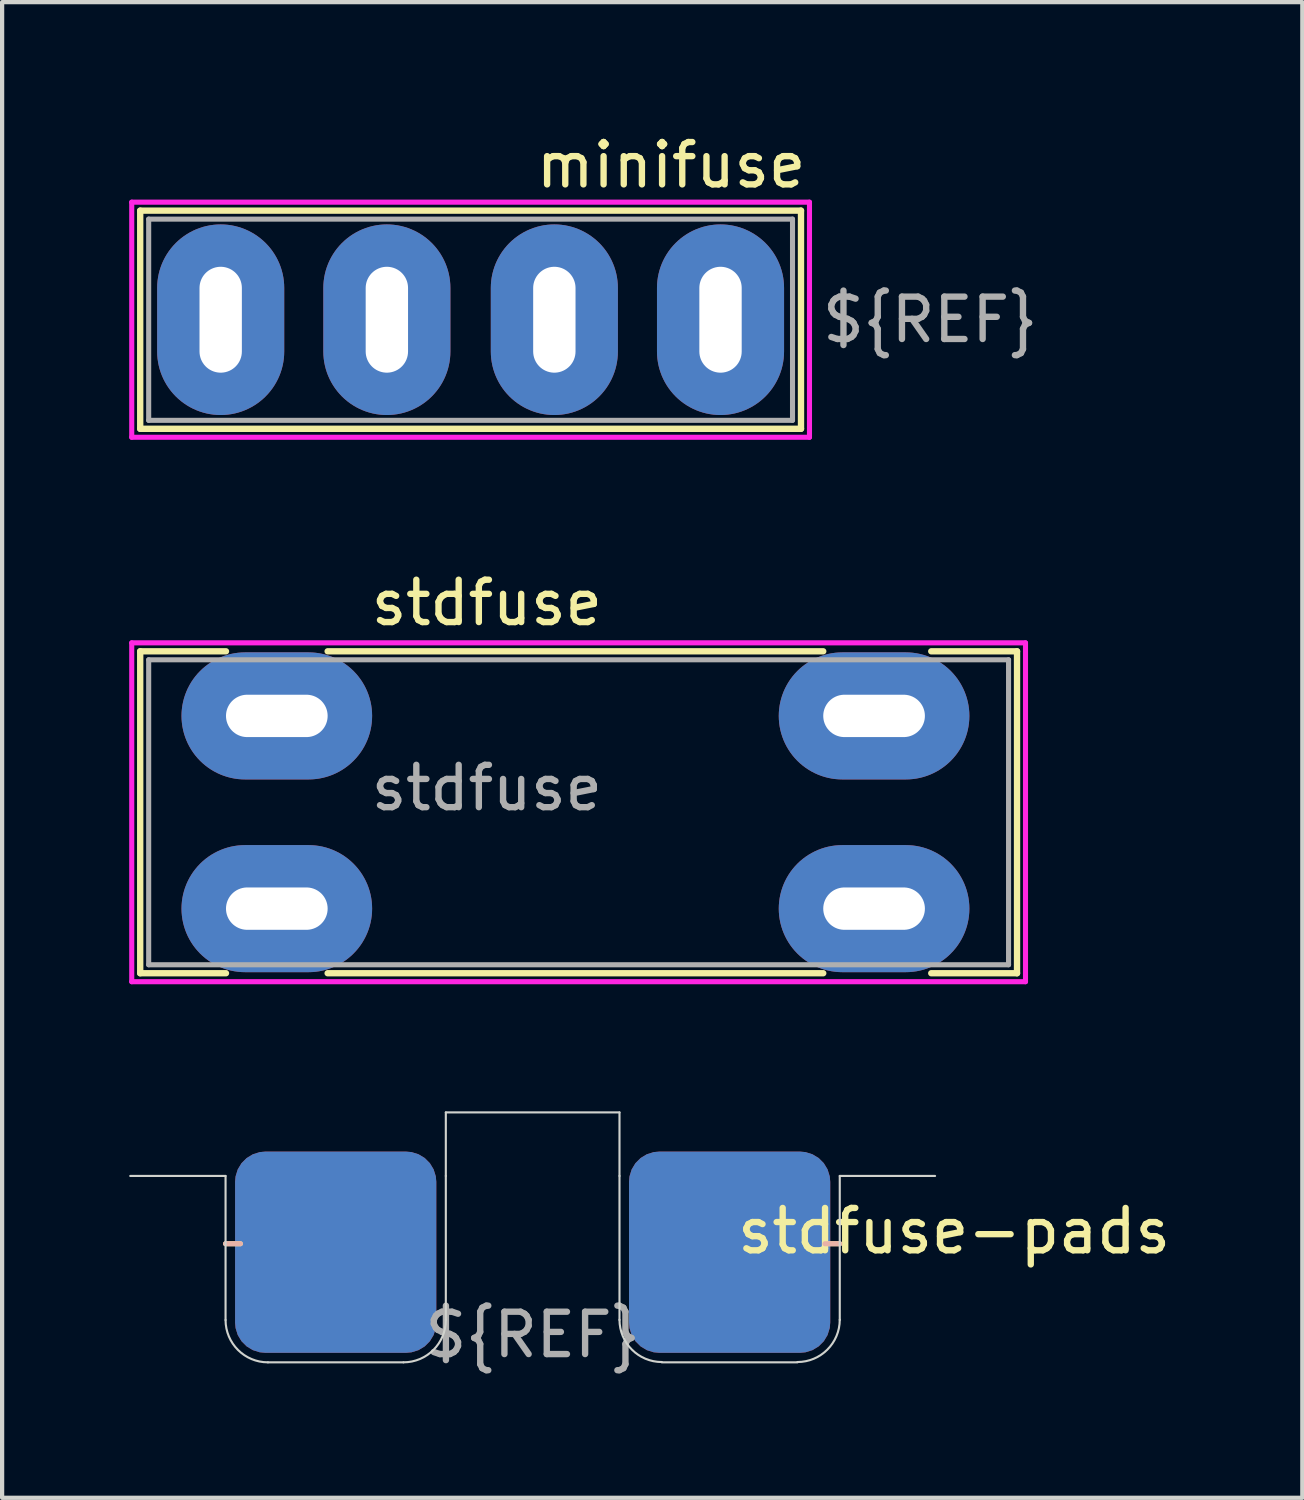
<source format=kicad_pcb>
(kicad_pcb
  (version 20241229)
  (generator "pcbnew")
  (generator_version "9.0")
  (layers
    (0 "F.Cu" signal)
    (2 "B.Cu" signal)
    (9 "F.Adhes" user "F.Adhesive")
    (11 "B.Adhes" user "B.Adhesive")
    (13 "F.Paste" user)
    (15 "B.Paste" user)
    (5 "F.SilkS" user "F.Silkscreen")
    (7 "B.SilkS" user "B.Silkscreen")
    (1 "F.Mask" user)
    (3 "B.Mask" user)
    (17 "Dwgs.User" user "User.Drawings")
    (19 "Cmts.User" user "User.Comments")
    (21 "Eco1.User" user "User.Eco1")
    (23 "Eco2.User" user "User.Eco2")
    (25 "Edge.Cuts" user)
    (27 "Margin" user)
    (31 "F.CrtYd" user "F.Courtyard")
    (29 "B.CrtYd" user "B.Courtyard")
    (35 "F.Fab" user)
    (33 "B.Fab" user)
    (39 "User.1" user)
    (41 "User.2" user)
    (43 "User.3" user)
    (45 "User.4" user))
  (footprint "stdfuse-pads"
    (layer "F.Cu")
    (at 9.525 24.712)
    (property "Reference" "stdfuse-pads" (at 9.95 1.3 0) (unlocked yes) (layer "F.SilkS") (effects (font (size 1 1) (thickness 0.15))))
    (fp_line (start -7.25 1.6) (end -6.9 1.6) (stroke (width 0.12) (type solid)) (layer "F.SilkS"))
    (fp_line (start 6.9 1.6) (end 7.25 1.6) (stroke (width 0.12) (type solid)) (layer "F.SilkS"))
    (fp_line (start -7.25 1.6) (end -6.9 1.6) (stroke (width 0.12) (type solid)) (layer "B.SilkS"))
    (fp_line (start 6.9 1.6) (end 7.25 1.6) (stroke (width 0.12) (type solid)) (layer "B.SilkS"))
    (fp_line (start -7.25 0) (end -9.5 0) (stroke (width 0.05) (type solid)) (layer "Edge.Cuts"))
    (fp_line (start -7.25 3.4) (end -7.25 0) (stroke (width 0.05) (type solid)) (layer "Edge.Cuts"))
    (fp_line (start -6.25 4.4) (end -3.05 4.4) (stroke (width 0.05) (type solid)) (layer "Edge.Cuts"))
    (fp_line (start -2.05 0) (end -2.05 -1.5) (stroke (width 0.05) (type solid)) (layer "Edge.Cuts"))
    (fp_line (start -2.05 3.4) (end -2.05 0) (stroke (width 0.05) (type solid)) (layer "Edge.Cuts"))
    (fp_line (start 2.05 -1.5) (end -2.05 -1.5) (stroke (width 0.05) (type solid)) (layer "Edge.Cuts"))
    (fp_line (start 2.05 0) (end 2.05 -1.5) (stroke (width 0.05) (type solid)) (layer "Edge.Cuts"))
    (fp_line (start 2.05 3.4) (end 2.05 0) (stroke (width 0.05) (type solid)) (layer "Edge.Cuts"))
    (fp_line (start 3.05 4.4) (end 6.25 4.4) (stroke (width 0.05) (type solid)) (layer "Edge.Cuts"))
    (fp_line (start 7.25 3.4) (end 7.25 0) (stroke (width 0.05) (type solid)) (layer "Edge.Cuts"))
    (fp_line (start 9.5 0) (end 7.25 0) (stroke (width 0.05) (type solid)) (layer "Edge.Cuts"))
    (fp_arc (start -6.25 4.4) (mid -6.957107 4.107107) (end -7.25 3.4) (stroke (width 0.05) (type solid)) (layer "Edge.Cuts"))
    (fp_arc (start -2.05 3.4) (mid -2.342893 4.107107) (end -3.05 4.4) (stroke (width 0.05) (type solid)) (layer "Edge.Cuts"))
    (fp_arc (start 3.05 4.392893) (mid 2.342896 4.099999) (end 2.05 3.392893) (stroke (width 0.05) (type solid)) (layer "Edge.Cuts"))
    (fp_arc (start 7.25 3.392893) (mid 6.957109 4.100004) (end 6.25 4.392893) (stroke (width 0.05) (type solid)) (layer "Edge.Cuts"))
    (fp_text user "${REF}" (at 0 3.75 0) (unlocked yes) (layer "F.Fab") (effects (font (size 1 1) (thickness 0.15))))
    (pad "1" connect roundrect (at -4.65 1.8) (size 4.75 4.75) (layers "F.Cu" "F.Mask") (roundrect_rratio 0.15))
    (pad "1" connect roundrect (at -4.65 1.8) (size 4.75 4.75) (layers "B.Cu" "B.Mask") (roundrect_rratio 0.15))
    (pad "2" connect roundrect (at 4.65 1.8) (size 4.75 4.75) (layers "F.Cu" "F.Mask") (roundrect_rratio 0.15))
    (pad "2" connect roundrect (at 4.65 1.8) (size 4.75 4.75) (layers "B.Cu" "B.Mask") (roundrect_rratio 0.15)))
  (footprint "minifuse"
    (layer "F.Cu")
    (at 8.06 4.498)
    (property "Reference" "minifuse" (at 8 -3.65 0) (unlocked yes) (layer "F.SilkS") (effects (font (size 1 1) (thickness 0.15)) (justify right)))
    (attr through_hole)
    (fp_line (start -7.8 -2.575) (end 7.8 -2.575) (stroke (width 0.15) (type solid)) (layer "F.SilkS"))
    (fp_line (start -7.8 2.575) (end -7.8 -2.575) (stroke (width 0.15) (type solid)) (layer "F.SilkS"))
    (fp_line (start 7.8 -2.575) (end 7.8 2.575) (stroke (width 0.15) (type solid)) (layer "F.SilkS"))
    (fp_line (start 7.8 2.575) (end -7.8 2.575) (stroke (width 0.15) (type solid)) (layer "F.SilkS"))
    (fp_line (start -8 -2.775) (end 8 -2.775) (stroke (width 0.12) (type solid)) (layer "F.CrtYd"))
    (fp_line (start -8 2.775) (end -8 -2.775) (stroke (width 0.12) (type solid)) (layer "F.CrtYd"))
    (fp_line (start 8 -2.775) (end 8 2.775) (stroke (width 0.12) (type solid)) (layer "F.CrtYd"))
    (fp_line (start 8 2.775) (end -8 2.775) (stroke (width 0.12) (type solid)) (layer "F.CrtYd"))
    (fp_line (start -7.6 -2.375) (end 7.6 -2.375) (stroke (width 0.12) (type solid)) (layer "F.Fab"))
    (fp_line (start -7.6 2.375) (end -7.6 -2.375) (stroke (width 0.12) (type solid)) (layer "F.Fab"))
    (fp_line (start 7.6 -2.375) (end 7.6 2.375) (stroke (width 0.12) (type solid)) (layer "F.Fab"))
    (fp_line (start 7.6 2.375) (end -7.6 2.375) (stroke (width 0.12) (type solid)) (layer "F.Fab"))
    (fp_text user "${REF}" (at 10.85 0 0) (unlocked yes) (layer "F.Fab") (effects (font (size 1 1) (thickness 0.15))))
    (pad "1" thru_hole oval (at -5.9 0) (size 3 4.5) (drill oval 1 2.5) (layers "*.Cu" "*.Mask"))
    (pad "1" thru_hole oval (at -1.977 0) (size 3 4.5) (drill oval 1 2.5) (layers "*.Cu" "*.Mask"))
    (pad "2" thru_hole oval (at 1.977 0) (size 3 4.5) (drill oval 1 2.5) (layers "*.Cu" "*.Mask"))
    (pad "2" thru_hole oval (at 5.9 0) (size 3 4.5) (drill oval 1 2.5) (layers "*.Cu" "*.Mask")))
  (footprint "stdfuse"
    (layer "F.Cu")
    (at 3.485 13.851)
    (property "Reference" "stdfuse" (at 4.96 -2.67 0) (layer "F.SilkS") (effects (font (size 1 1) (thickness 0.15))))
    (attr through_hole)
    (fp_line (start -3.225 -1.525) (end -1.2 -1.525) (stroke (width 0.15) (type solid)) (layer "F.SilkS"))
    (fp_line (start -3.225 6.075) (end -3.225 -1.525) (stroke (width 0.15) (type solid)) (layer "F.SilkS"))
    (fp_line (start -3.225 6.075) (end -1.2 6.075) (stroke (width 0.15) (type solid)) (layer "F.SilkS"))
    (fp_line (start 1.2 -1.525) (end 12.9 -1.525) (stroke (width 0.15) (type solid)) (layer "F.SilkS"))
    (fp_line (start 1.2 6.075) (end 12.9 6.075) (stroke (width 0.15) (type solid)) (layer "F.SilkS"))
    (fp_line (start 15.45 -1.525) (end 17.475 -1.525) (stroke (width 0.15) (type solid)) (layer "F.SilkS"))
    (fp_line (start 15.45 6.075) (end 17.475 6.075) (stroke (width 0.15) (type solid)) (layer "F.SilkS"))
    (fp_line (start 17.475 -1.525) (end 17.475 6.075) (stroke (width 0.15) (type solid)) (layer "F.SilkS"))
    (fp_line (start -3.425 -1.725) (end 17.675 -1.725) (stroke (width 0.12) (type solid)) (layer "F.CrtYd"))
    (fp_line (start -3.425 6.275) (end -3.425 -1.725) (stroke (width 0.12) (type solid)) (layer "F.CrtYd"))
    (fp_line (start 17.675 -1.725) (end 17.675 6.275) (stroke (width 0.12) (type solid)) (layer "F.CrtYd"))
    (fp_line (start 17.675 6.275) (end -3.425 6.275) (stroke (width 0.12) (type solid)) (layer "F.CrtYd"))
    (fp_line (start -3.025 -1.325) (end 17.275 -1.325) (stroke (width 0.12) (type solid)) (layer "F.Fab"))
    (fp_line (start -3.025 5.875) (end -3.025 -1.325) (stroke (width 0.12) (type solid)) (layer "F.Fab"))
    (fp_line (start 17.275 -1.325) (end 17.275 5.875) (stroke (width 0.12) (type solid)) (layer "F.Fab"))
    (fp_line (start 17.275 5.875) (end -3.025 5.875) (stroke (width 0.12) (type solid)) (layer "F.Fab"))
    (fp_text user "${REFERENCE}" (at 4.96 1.7 0) (layer "F.Fab") (effects (font (size 1 1) (thickness 0.15))))
    (pad "1" thru_hole oval (at 0 0) (size 4.5 3) (drill oval 2.4 1) (layers "*.Cu" "*.Mask"))
    (pad "1" thru_hole oval (at 0 4.55) (size 4.5 3) (drill oval 2.4 1) (layers "*.Cu" "*.Mask"))
    (pad "2" thru_hole oval (at 14.1 0) (size 4.5 3) (drill oval 2.4 1) (layers "*.Cu" "*.Mask"))
    (pad "2" thru_hole oval (at 14.1 4.55) (size 4.5 3) (drill oval 2.4 1) (layers "*.Cu" "*.Mask")))
  (gr_rect
    (start -3 -3)
    (end 27.695 32.31)
    (stroke (width 0.1) (type default))
    (fill no)
    (layer "Edge.Cuts")))
</source>
